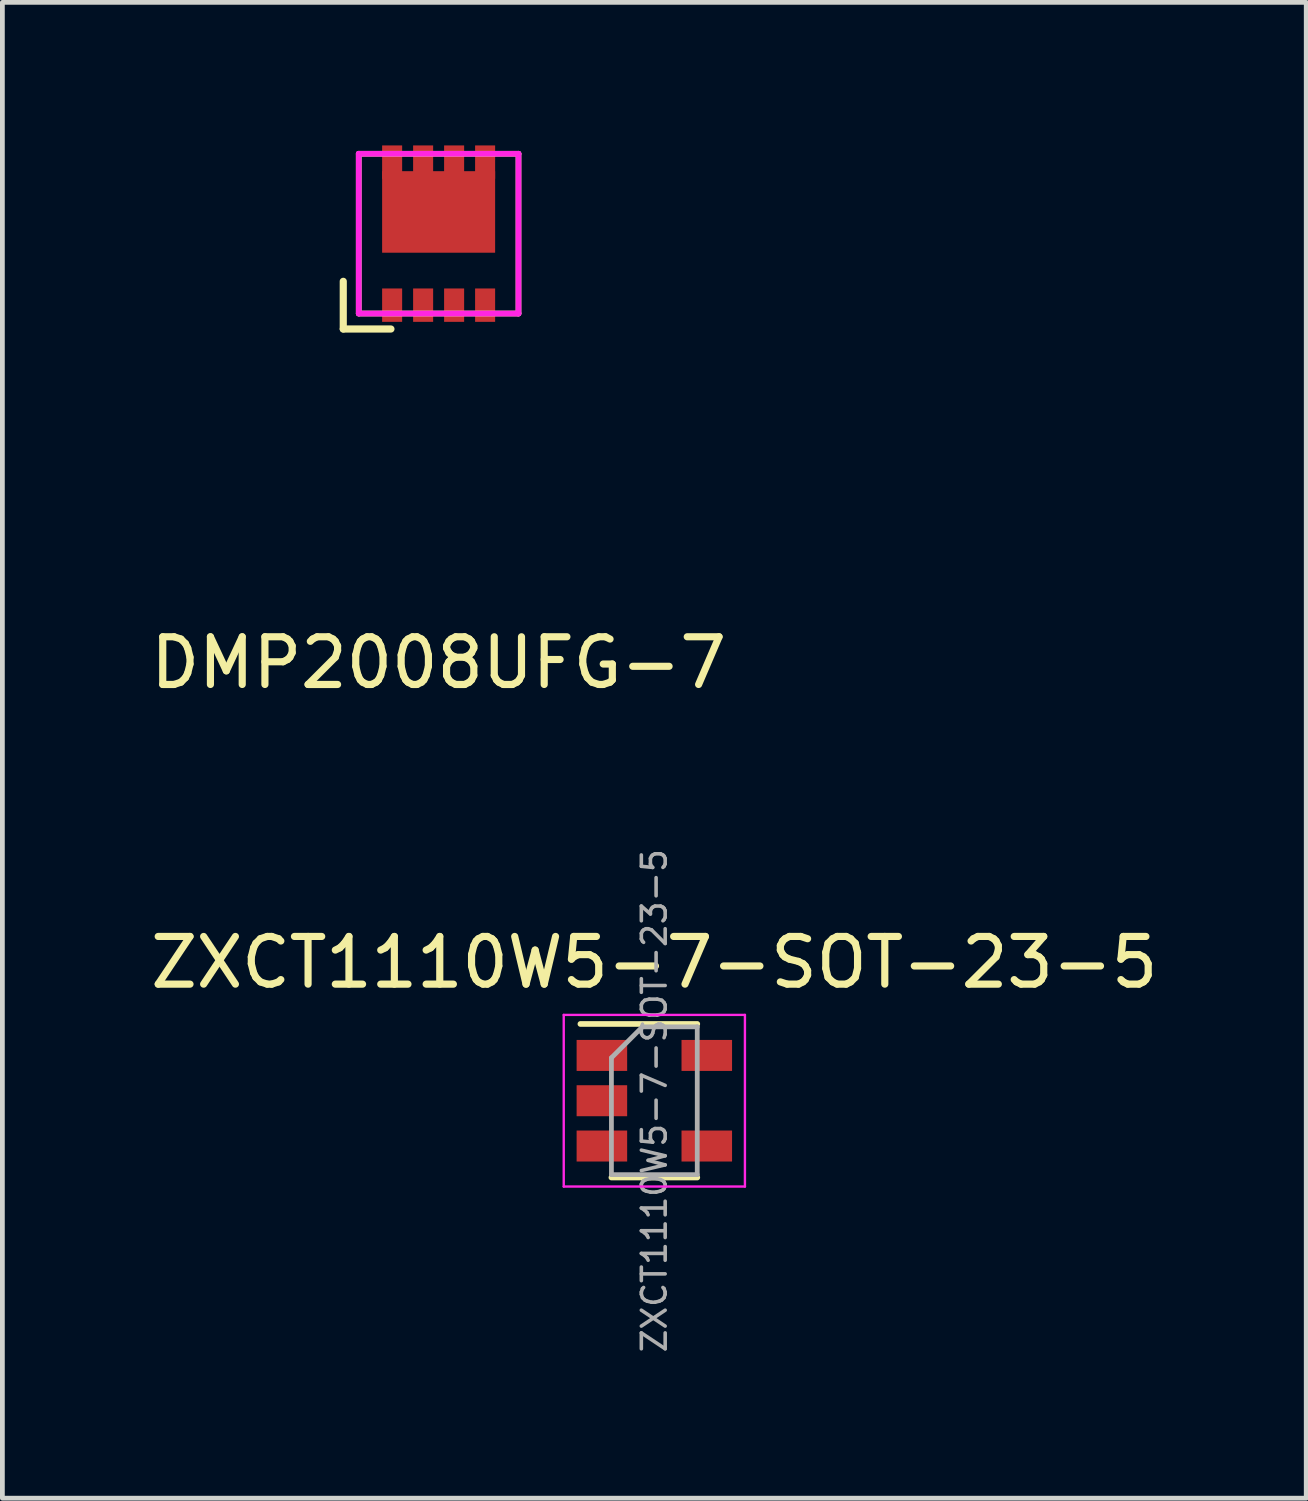
<source format=kicad_pcb>
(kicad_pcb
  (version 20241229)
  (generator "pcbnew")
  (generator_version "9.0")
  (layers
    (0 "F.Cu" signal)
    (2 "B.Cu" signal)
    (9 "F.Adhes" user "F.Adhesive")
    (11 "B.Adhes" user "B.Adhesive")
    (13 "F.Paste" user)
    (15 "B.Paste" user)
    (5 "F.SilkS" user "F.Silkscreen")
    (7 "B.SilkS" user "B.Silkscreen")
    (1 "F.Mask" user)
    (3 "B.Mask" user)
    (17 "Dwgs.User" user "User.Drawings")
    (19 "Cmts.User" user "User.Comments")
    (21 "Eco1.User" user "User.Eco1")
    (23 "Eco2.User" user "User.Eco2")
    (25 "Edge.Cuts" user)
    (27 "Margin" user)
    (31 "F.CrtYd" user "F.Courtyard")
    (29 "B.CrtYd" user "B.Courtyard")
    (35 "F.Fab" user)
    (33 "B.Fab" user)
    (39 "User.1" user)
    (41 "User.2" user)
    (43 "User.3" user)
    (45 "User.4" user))
  (footprint "DMP2008UFG-7"
    (layer "F.Cu")
    (at 6.149 1.85)
    (property "Reference" "DMP2008UFG-7" (at 0 9 0) (layer "F.SilkS") (effects (font (size 1 1) (thickness 0.15))))
    (attr through_hole)
    (fp_line (start -2 1) (end -2 2) (stroke (width 0.15) (type solid)) (layer "F.SilkS"))
    (fp_line (start -2 2) (end -1 2) (stroke (width 0.15) (type solid)) (layer "F.SilkS"))
    (fp_line (start -1.675 -1.675) (end 1.675 -1.675) (stroke (width 0.12) (type solid)) (layer "F.SilkS"))
    (fp_line (start -1.675 1.675) (end -1.675 -1.675) (stroke (width 0.12) (type solid)) (layer "F.SilkS"))
    (fp_line (start -1.675 1.675) (end 1.675 1.675) (stroke (width 0.12) (type solid)) (layer "F.SilkS"))
    (fp_line (start 1.675 -1.675) (end 1.675 1.675) (stroke (width 0.12) (type solid)) (layer "F.SilkS"))
    (fp_line (start -1.675 -1.675) (end 1.675 -1.675) (stroke (width 0.12) (type solid)) (layer "F.CrtYd"))
    (fp_line (start -1.675 1.675) (end -1.675 -1.675) (stroke (width 0.12) (type solid)) (layer "F.CrtYd"))
    (fp_line (start -1.675 1.675) (end 1.675 1.675) (stroke (width 0.12) (type solid)) (layer "F.CrtYd"))
    (fp_line (start 1.675 -1.675) (end 1.675 1.675) (stroke (width 0.12) (type solid)) (layer "F.CrtYd"))
    (pad "1" smd rect (at -0.975 1.5) (size 0.42 0.7) (layers "F.Cu" "F.Mask" "F.Paste"))
    (pad "2" smd rect (at -0.325 1.5) (size 0.42 0.7) (layers "F.Cu" "F.Mask" "F.Paste"))
    (pad "3" smd rect (at 0.325 1.5) (size 0.42 0.7) (layers "F.Cu" "F.Mask" "F.Paste"))
    (pad "4" smd rect (at 0.975 1.5) (size 0.42 0.7) (layers "F.Cu" "F.Mask" "F.Paste"))
    (pad "5" smd rect (at 0.975 -1.5) (size 0.42 0.7) (layers "F.Cu" "F.Mask" "F.Paste"))
    (pad "6" smd rect (at 0.325 -1.5) (size 0.42 0.7) (layers "F.Cu" "F.Mask" "F.Paste"))
    (pad "7" smd rect (at -0.325 -1.5) (size 0.42 0.7) (layers "F.Cu" "F.Mask" "F.Paste"))
    (pad "8" smd rect (at -0.975 -1.5) (size 0.42 0.7) (layers "F.Cu" "F.Mask" "F.Paste"))
    (pad "8" smd rect (at 0 -0.455) (size 2.37 1.71) (layers "F.Cu" "F.Mask" "F.Paste")))
  (footprint "ZXCT1110W5-7-SOT-23-5"
    (layer "F.Cu")
    (at 10.673 20.035)
    (property "Reference" "ZXCT1110W5-7-SOT-23-5" (at 0 -2.9 0) (layer "F.SilkS") (effects (font (size 1 1) (thickness 0.15))))
    (attr smd)
    (fp_line (start -0.9 1.61) (end 0.9 1.61) (stroke (width 0.12) (type solid)) (layer "F.SilkS"))
    (fp_line (start 0.9 -1.61) (end -1.55 -1.61) (stroke (width 0.12) (type solid)) (layer "F.SilkS"))
    (fp_line (start -1.9 -1.8) (end 1.9 -1.8) (stroke (width 0.05) (type solid)) (layer "F.CrtYd"))
    (fp_line (start -1.9 1.8) (end -1.9 -1.8) (stroke (width 0.05) (type solid)) (layer "F.CrtYd"))
    (fp_line (start 1.9 -1.8) (end 1.9 1.8) (stroke (width 0.05) (type solid)) (layer "F.CrtYd"))
    (fp_line (start 1.9 1.8) (end -1.9 1.8) (stroke (width 0.05) (type solid)) (layer "F.CrtYd"))
    (fp_line (start -0.9 -0.9) (end -0.9 1.55) (stroke (width 0.1) (type solid)) (layer "F.Fab"))
    (fp_line (start -0.9 -0.9) (end -0.25 -1.55) (stroke (width 0.1) (type solid)) (layer "F.Fab"))
    (fp_line (start 0.9 -1.55) (end -0.25 -1.55) (stroke (width 0.1) (type solid)) (layer "F.Fab"))
    (fp_line (start 0.9 -1.55) (end 0.9 1.55) (stroke (width 0.1) (type solid)) (layer "F.Fab"))
    (fp_line (start 0.9 1.55) (end -0.9 1.55) (stroke (width 0.1) (type solid)) (layer "F.Fab"))
    (fp_text user "${REFERENCE}" (at 0 0 90) (layer "F.Fab") (effects (font (size 0.5 0.5) (thickness 0.075))))
    (pad "1" smd rect (at -1.1 -0.95) (size 1.06 0.65) (layers "F.Cu" "F.Mask" "F.Paste"))
    (pad "2" smd rect (at -1.1 0) (size 1.06 0.65) (layers "F.Cu" "F.Mask" "F.Paste"))
    (pad "3" smd rect (at -1.1 0.95) (size 1.06 0.65) (layers "F.Cu" "F.Mask" "F.Paste"))
    (pad "4" smd rect (at 1.1 0.95) (size 1.06 0.65) (layers "F.Cu" "F.Mask" "F.Paste"))
    (pad "5" smd rect (at 1.1 -0.95) (size 1.06 0.65) (layers "F.Cu" "F.Mask" "F.Paste")))
  (gr_rect
    (start -3 -3)
    (end 24.345 28.371)
    (stroke (width 0.1) (type default))
    (fill no)
    (layer "Edge.Cuts")))
</source>
